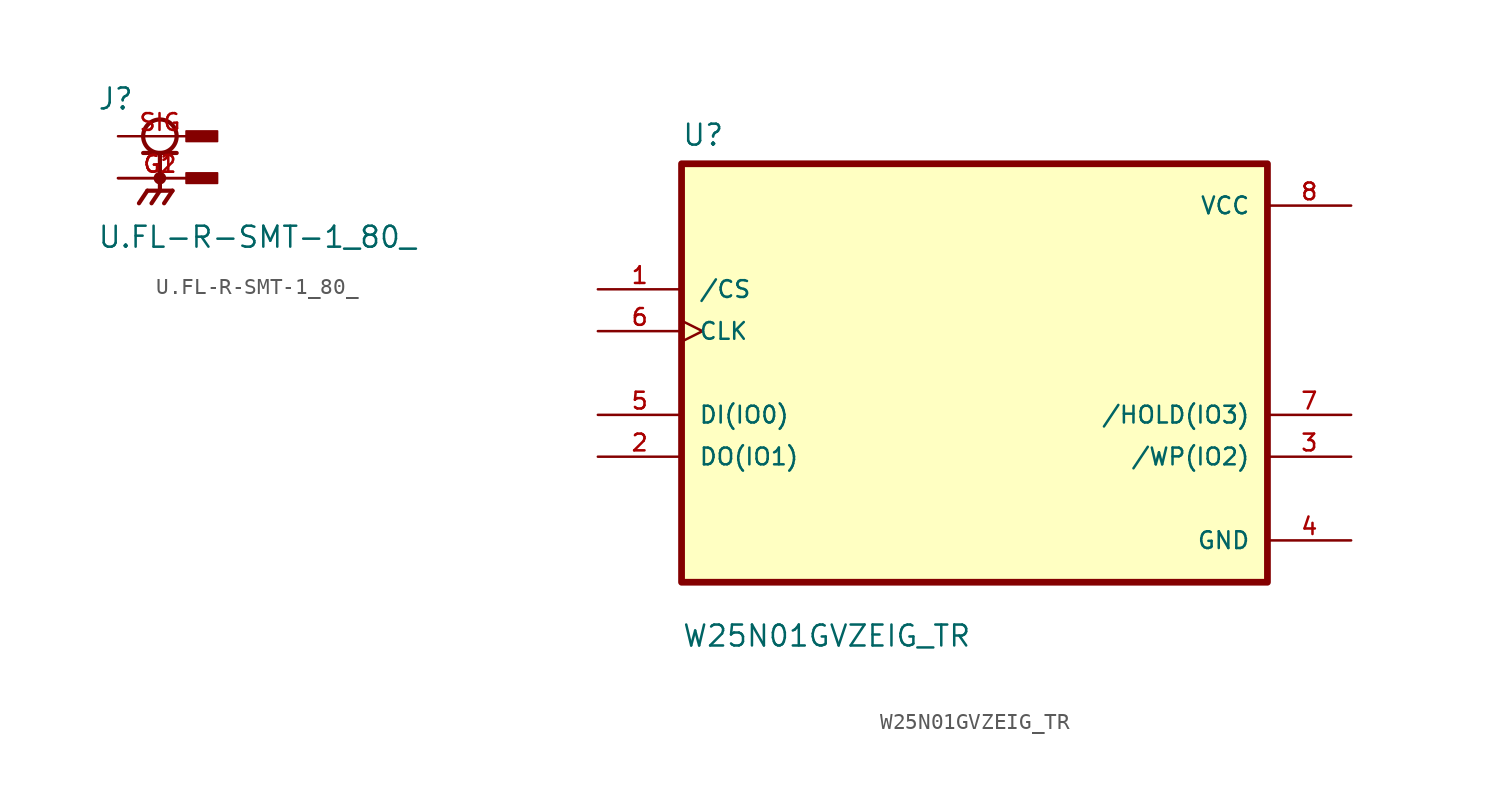
<source format=kicad_sym>
(kicad_symbol_lib
  (version 20241209)
  (generator "kicad_symbol_editor")
  (generator_version "9.0")
  (symbol "U.FL-R-SMT-1_80_"
    (pin_names
      (offset 1.016))
    (property "Reference" "J"
      (at -3.81 1.524 0)
      (effects (font (size 1.27 1.27)) (justify left bottom)))
    (property "Value" "U.FL-R-SMT-1_80_"
      (at -3.81 -6.858 0)
      (effects (font (size 1.27 1.27)) (justify left bottom)))
    (symbol "U.FL-R-SMT-1_80__0_0"
      (polyline (pts (xy -1.016 -1.016) (xy 1.016 -1.016)) (stroke (width 0.254) (type default)) (fill (type none)))
      (polyline (pts (xy -0.762 -3.302) (xy -1.27 -4.064)) (stroke (width 0.254) (type default)) (fill (type none)))
      (circle (center 0 0) (radius 1.016) (stroke (width 0.254) (type default)) (fill (type none)))
      (polyline (pts (xy 0 -1.016) (xy 0 -3.302)) (stroke (width 0.254) (type default)) (fill (type none)))
      (circle (center 0 -2.54) (radius 0.254) (stroke (width 0.254) (type default)) (fill (type none)))
      (polyline (pts (xy 0 -3.302) (xy -0.508 -4.064)) (stroke (width 0.254) (type default)) (fill (type none)))
      (polyline (pts (xy 0.762 -3.302) (xy -0.762 -3.302)) (stroke (width 0.254) (type default)) (fill (type none)))
      (polyline (pts (xy 0.762 -3.302) (xy 0.254 -4.064)) (stroke (width 0.254) (type default)) (fill (type none)))
      (rectangle (start 1.587 -0.318) (end 3.493 0.318) (stroke (width 0.1) (type default)) (fill (type outline)))
      (rectangle (start 1.587 -2.857) (end 3.493 -2.223) (stroke (width 0.1) (type default)) (fill (type outline)))
      (pin passive line (at -2.54 0 0) (length 5.08) (name "~" (effects (font (size 1.016 1.016)))) (number "SIG" (effects (font (size 1.016 1.016)))))
      (pin passive line (at -2.54 -2.54 0) (length 5.08) (name "~" (effects (font (size 1.016 1.016)))) (number "G1" (effects (font (size 1.016 1.016)))))
      (pin passive line (at -2.54 -2.54 0) (length 5.08) (name "~" (effects (font (size 1.016 1.016)))) (number "G2" (effects (font (size 1.016 1.016)))))))
  (symbol "W25N01GVZEIG_TR"
    (pin_names
      (offset 1.016))
    (property "Reference" "U"
      (at -17.78 13.7 0)
      (effects (font (size 1.27 1.27)) (justify left bottom)))
    (property "Value" "W25N01GVZEIG_TR"
      (at -17.78 -16.7 0)
      (effects (font (size 1.27 1.27)) (justify left bottom)))
    (symbol "W25N01GVZEIG_TR_0_0"
      (rectangle (start -17.78 -12.7) (end 17.78 12.7) (stroke (width 0.41) (type default)) (fill (type background)))
      (pin input line (at -22.86 5.08 0) (length 5.08) (name "/CS" (effects (font (size 1.016 1.016)))) (number "1" (effects (font (size 1.016 1.016)))))
      (pin input clock (at -22.86 2.54 0) (length 5.08) (name "CLK" (effects (font (size 1.016 1.016)))) (number "6" (effects (font (size 1.016 1.016)))))
      (pin bidirectional line (at -22.86 -2.54 0) (length 5.08) (name "DI(IO0)" (effects (font (size 1.016 1.016)))) (number "5" (effects (font (size 1.016 1.016)))))
      (pin bidirectional line (at -22.86 -5.08 0) (length 5.08) (name "DO(IO1)" (effects (font (size 1.016 1.016)))) (number "2" (effects (font (size 1.016 1.016)))))
      (pin power_in line (at 22.86 10.16 180) (length 5.08) (name "VCC" (effects (font (size 1.016 1.016)))) (number "8" (effects (font (size 1.016 1.016)))))
      (pin bidirectional line (at 22.86 -2.54 180) (length 5.08) (name "/HOLD(IO3)" (effects (font (size 1.016 1.016)))) (number "7" (effects (font (size 1.016 1.016)))))
      (pin bidirectional line (at 22.86 -5.08 180) (length 5.08) (name "/WP(IO2)" (effects (font (size 1.016 1.016)))) (number "3" (effects (font (size 1.016 1.016)))))
      (pin power_in line (at 22.86 -10.16 180) (length 5.08) (name "GND" (effects (font (size 1.016 1.016)))) (number "4" (effects (font (size 1.016 1.016))))))))
</source>
